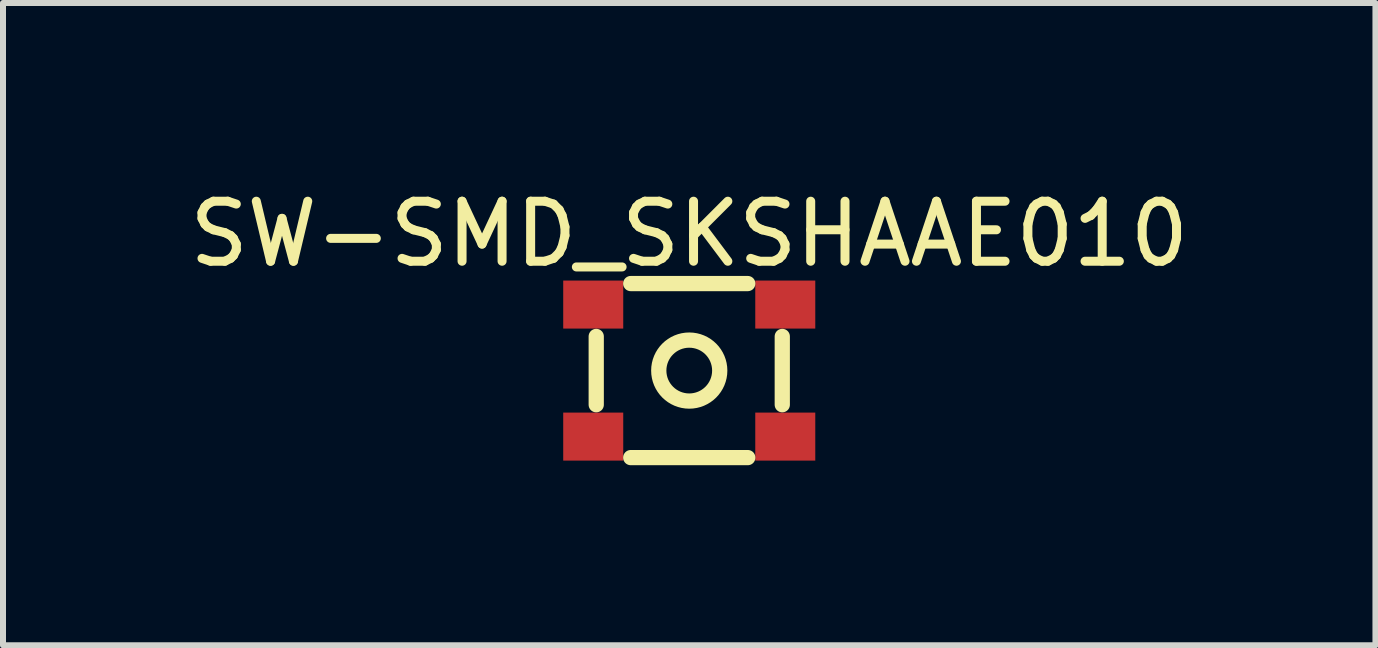
<source format=kicad_pcb>
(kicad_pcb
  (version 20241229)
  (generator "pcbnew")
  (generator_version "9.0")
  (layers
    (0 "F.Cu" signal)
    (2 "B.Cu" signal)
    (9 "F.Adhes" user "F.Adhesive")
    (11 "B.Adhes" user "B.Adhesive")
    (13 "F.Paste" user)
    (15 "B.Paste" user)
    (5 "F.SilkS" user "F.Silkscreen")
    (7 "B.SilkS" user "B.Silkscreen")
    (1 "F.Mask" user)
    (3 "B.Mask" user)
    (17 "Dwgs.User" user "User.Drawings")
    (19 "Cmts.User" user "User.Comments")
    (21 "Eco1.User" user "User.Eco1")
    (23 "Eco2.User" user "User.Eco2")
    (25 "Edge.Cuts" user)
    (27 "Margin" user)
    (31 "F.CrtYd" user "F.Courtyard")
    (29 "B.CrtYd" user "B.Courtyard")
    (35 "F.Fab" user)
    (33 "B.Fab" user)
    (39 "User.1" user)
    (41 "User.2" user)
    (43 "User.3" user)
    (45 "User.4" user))
  (footprint "SW-SMD_SKSHAAE010"
    (layer "F.Cu")
    (at 8.435 3.125)
    (property "Reference" "SW-SMD_SKSHAAE010" (at 0 -2.277 0) (layer "F.SilkS") (effects (font (size 1 1) (thickness 0.15))))
    (fp_line (start -1.55 -0.569) (end -1.55 0.569) (stroke (width 0.254) (type default)) (layer "F.SilkS"))
    (fp_line (start -0.975 -1.45) (end 0.975 -1.45) (stroke (width 0.254) (type default)) (layer "F.SilkS"))
    (fp_line (start -0.975 1.45) (end 0.975 1.45) (stroke (width 0.254) (type default)) (layer "F.SilkS"))
    (fp_line (start 1.55 -0.569) (end 1.55 0.569) (stroke (width 0.254) (type default)) (layer "F.SilkS"))
    (fp_circle (center 0 0) (end 0.508 0) (stroke (width 0.254) (type default)) (fill no) (layer "F.SilkS"))
    (fp_poly (pts (xy -1.725 -1.25) (xy -1.175 -1.25) (xy -1.175 -0.85) (xy -1.725 -0.85)) (stroke (width 0.1) (type default)) (fill no) (layer "User.1"))
    (fp_poly (pts (xy -1.725 0.85) (xy -1.175 0.85) (xy -1.175 1.25) (xy -1.725 1.25)) (stroke (width 0.1) (type default)) (fill no) (layer "User.1"))
    (fp_poly (pts (xy 1.175 -1.25) (xy 1.725 -1.25) (xy 1.725 -0.85) (xy 1.175 -0.85)) (stroke (width 0.1) (type default)) (fill no) (layer "User.1"))
    (fp_poly (pts (xy 1.175 0.85) (xy 1.725 0.85) (xy 1.725 1.25) (xy 1.175 1.25)) (stroke (width 0.1) (type default)) (fill no) (layer "User.1"))
    (fp_line (start -1.65 -1.45) (end 1.65 -1.45) (stroke (width 0.051) (type default)) (layer "User.2"))
    (fp_line (start -1.65 1.45) (end -1.65 -1.45) (stroke (width 0.051) (type default)) (layer "User.2"))
    (fp_line (start 1.65 -1.45) (end 1.65 1.45) (stroke (width 0.051) (type default)) (layer "User.2"))
    (fp_line (start 1.65 1.45) (end -1.65 1.45) (stroke (width 0.051) (type default)) (layer "User.2"))
    (fp_poly (pts (xy -1.665 -1.45) (xy -1.683 -1.492) (xy -1.725 -1.51) (xy -1.767 -1.492) (xy -1.785 -1.45) (xy -1.767 -1.408) (xy -1.725 -1.39) (xy -1.683 -1.408)) (stroke (width 0.1) (type default)) (fill no) (layer "User.3"))
    (pad "1" smd rect (at -1.6 -1.1) (size 1 0.8) (layers "F.Cu" "F.Mask" "F.Paste"))
    (pad "2" smd rect (at -1.6 1.1) (size 1 0.8) (layers "F.Cu" "F.Mask" "F.Paste"))
    (pad "3" smd rect (at 1.6 -1.1) (size 1 0.8) (layers "F.Cu" "F.Mask" "F.Paste"))
    (pad "4" smd rect (at 1.6 1.1) (size 1 0.8) (layers "F.Cu" "F.Mask" "F.Paste")))
  (gr_rect
    (start -3 -3)
    (end 19.869 7.702)
    (stroke (width 0.1) (type default))
    (fill no)
    (layer "Edge.Cuts")))
</source>
